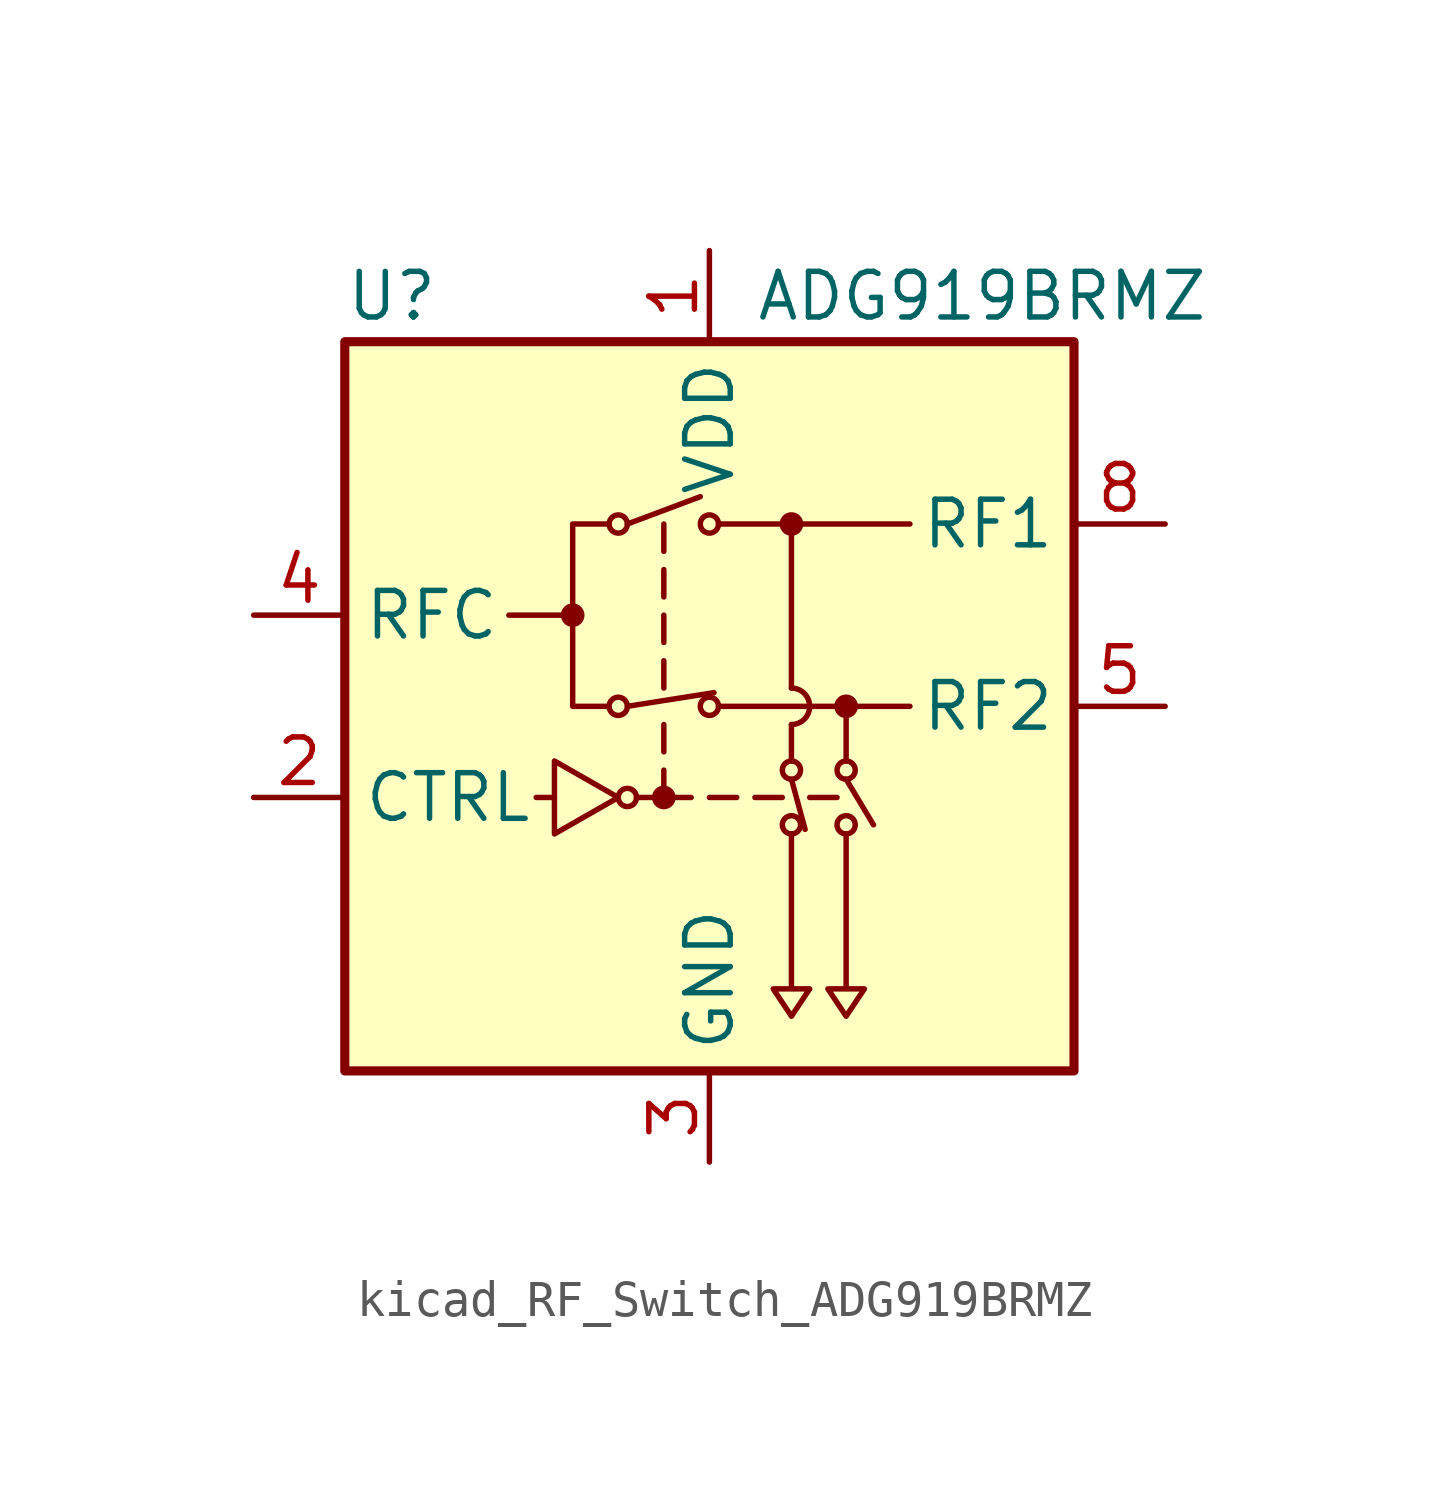
<source format=kicad_sym>
(kicad_symbol_lib
  (version 20220914)
  (generator kicad_symbol_editor)
  (symbol "kicad_RF_Switch_ADG919BRMZ"
    (property "Reference" "U"
      (at -10.16 11.43 0)
      (effects (font (size 1.27 1.27)) (justify left)))
    (property "Value" "ADG919BRMZ"
      (at 1.27 11.43 0)
      (effects (font (size 1.27 1.27)) (justify left)))
    (symbol "kicad_RF_Switch_ADG919BRMZ_0_0"
      (rectangle (start -10.16 10.16) (end 10.16 -10.16) (stroke (width 0.254) (type default)) (fill (type background)))
      (circle (center -3.81 2.54) (radius 0.254) (stroke (width 0) (type default)) (fill (type outline)))
      (circle (center -2.286 -2.54) (radius 0.254) (stroke (width 0) (type default)) (fill (type none)))
      (circle (center -1.27 -2.54) (radius 0.254) (stroke (width 0) (type default)) (fill (type outline)))
      (polyline (pts (xy -4.318 -2.54) (xy -4.826 -2.54)) (stroke (width 0) (type default)) (fill (type none)))
      (polyline (pts (xy -3.81 2.54) (xy -5.588 2.54)) (stroke (width 0) (type default)) (fill (type none)))
      (polyline (pts (xy -1.27 -2.54) (xy -1.27 -1.778)) (stroke (width 0) (type default)) (fill (type none)))
      (polyline (pts (xy -1.27 -1.27) (xy -1.27 -0.508)) (stroke (width 0) (type default)) (fill (type none)))
      (polyline (pts (xy -1.27 1.27) (xy -1.27 0.508)) (stroke (width 0) (type default)) (fill (type none)))
      (polyline (pts (xy -1.27 2.54) (xy -1.27 1.778)) (stroke (width 0) (type default)) (fill (type none)))
      (polyline (pts (xy -1.27 3.81) (xy -1.27 3.048)) (stroke (width 0) (type default)) (fill (type none)))
      (polyline (pts (xy -1.27 5.08) (xy -1.27 4.318)) (stroke (width 0) (type default)) (fill (type none)))
      (polyline (pts (xy -0.508 -2.54) (xy -2.032 -2.54)) (stroke (width 0) (type default)) (fill (type none)))
      (polyline (pts (xy 0 -2.54) (xy 0.762 -2.54)) (stroke (width 0) (type default)) (fill (type none)))
      (polyline (pts (xy 0.254 0) (xy 5.588 0)) (stroke (width 0) (type default)) (fill (type none)))
      (polyline (pts (xy 0.254 5.08) (xy 5.588 5.08)) (stroke (width 0) (type default)) (fill (type none)))
      (polyline (pts (xy 2.032 -2.54) (xy 1.27 -2.54)) (stroke (width 0) (type default)) (fill (type none)))
      (polyline (pts (xy 2.286 0.508) (xy 2.286 5.08)) (stroke (width 0) (type default)) (fill (type none)))
      (polyline (pts (xy 3.556 -2.54) (xy 2.794 -2.54)) (stroke (width 0) (type default)) (fill (type none)))
      (polyline (pts (xy -4.318 -1.524) (xy -4.318 -3.556) (xy -2.54 -2.54) (xy -4.318 -1.524)) (stroke (width 0) (type default)) (fill (type none)))
      (polyline (pts (xy -2.794 0) (xy -3.81 0) (xy -3.81 5.08) (xy -2.794 5.08)) (stroke (width 0) (type default)) (fill (type none)))
      (arc (start 2.286 -0.508) (mid 2.7918 0) (end 2.286 0.508) (stroke (width 0) (type default)) (fill (type none))))
    (symbol "kicad_RF_Switch_ADG919BRMZ_0_1"
      (circle (center -2.54 0) (radius 0.254) (stroke (width 0) (type default)) (fill (type none)))
      (circle (center -2.54 5.08) (radius 0.254) (stroke (width 0) (type default)) (fill (type none)))
      (polyline (pts (xy -2.286 0) (xy 0.127 0.381)) (stroke (width 0) (type default)) (fill (type none)))
      (polyline (pts (xy -2.286 5.08) (xy -0.254 5.842)) (stroke (width 0) (type default)) (fill (type none)))
      (polyline (pts (xy 2.286 -2.032) (xy 2.667 -3.429)) (stroke (width 0) (type default)) (fill (type none)))
      (polyline (pts (xy 2.286 -0.508) (xy 2.286 -1.524)) (stroke (width 0) (type default)) (fill (type none)))
      (polyline (pts (xy 3.81 -2.032) (xy 4.572 -3.302)) (stroke (width 0) (type default)) (fill (type none)))
      (polyline (pts (xy 3.81 0) (xy 3.81 -1.524)) (stroke (width 0) (type default)) (fill (type none)))
      (polyline (pts (xy 2.286 -3.556) (xy 2.286 -7.874) (xy 1.778 -7.874) (xy 2.286 -8.636) (xy 2.794 -7.874) (xy 2.286 -7.874)) (stroke (width 0) (type default)) (fill (type none)))
      (polyline (pts (xy 3.81 -3.556) (xy 3.81 -7.874) (xy 3.302 -7.874) (xy 3.81 -8.636) (xy 4.318 -7.874) (xy 3.81 -7.874)) (stroke (width 0) (type default)) (fill (type none)))
      (circle (center 0 0) (radius 0.254) (stroke (width 0) (type default)) (fill (type none)))
      (circle (center 0 5.08) (radius 0.254) (stroke (width 0) (type default)) (fill (type none)))
      (circle (center 2.286 -3.302) (radius 0.254) (stroke (width 0) (type default)) (fill (type none)))
      (circle (center 2.286 -1.778) (radius 0.254) (stroke (width 0) (type default)) (fill (type none)))
      (circle (center 2.286 5.08) (radius 0.254) (stroke (width 0) (type default)) (fill (type outline)))
      (circle (center 3.81 -3.302) (radius 0.254) (stroke (width 0) (type default)) (fill (type none)))
      (circle (center 3.81 -1.778) (radius 0.254) (stroke (width 0) (type default)) (fill (type none)))
      (circle (center 3.81 0) (radius 0.254) (stroke (width 0) (type default)) (fill (type outline))))
    (symbol "kicad_RF_Switch_ADG919BRMZ_1_1"
      (pin power_in line (at 0 12.7 270) (length 2.54) (name "VDD" (effects (font (size 1.27 1.27)))) (number "1" (effects (font (size 1.27 1.27)))))
      (pin input line (at -12.7 -2.54 0) (length 2.54) (name "CTRL" (effects (font (size 1.27 1.27)))) (number "2" (effects (font (size 1.27 1.27)))))
      (pin power_in line (at 0 -12.7 90) (length 2.54) (name "GND" (effects (font (size 1.27 1.27)))) (number "3" (effects (font (size 1.27 1.27)))))
      (pin passive line (at -12.7 2.54 0) (length 2.54) (name "RFC" (effects (font (size 1.27 1.27)))) (number "4" (effects (font (size 1.27 1.27)))))
      (pin passive line (at 12.7 0 180) (length 2.54) (name "RF2" (effects (font (size 1.27 1.27)))) (number "5" (effects (font (size 1.27 1.27)))))
      (pin passive line (at 0 -12.7 90) (length 2.54) hide (name "GND" (effects (font (size 1.27 1.27)))) (number "6" (effects (font (size 1.27 1.27)))))
      (pin passive line (at 0 -12.7 90) (length 2.54) hide (name "GND" (effects (font (size 1.27 1.27)))) (number "7" (effects (font (size 1.27 1.27)))))
      (pin passive line (at 12.7 5.08 180) (length 2.54) (name "RF1" (effects (font (size 1.27 1.27)))) (number "8" (effects (font (size 1.27 1.27))))))))
</source>
